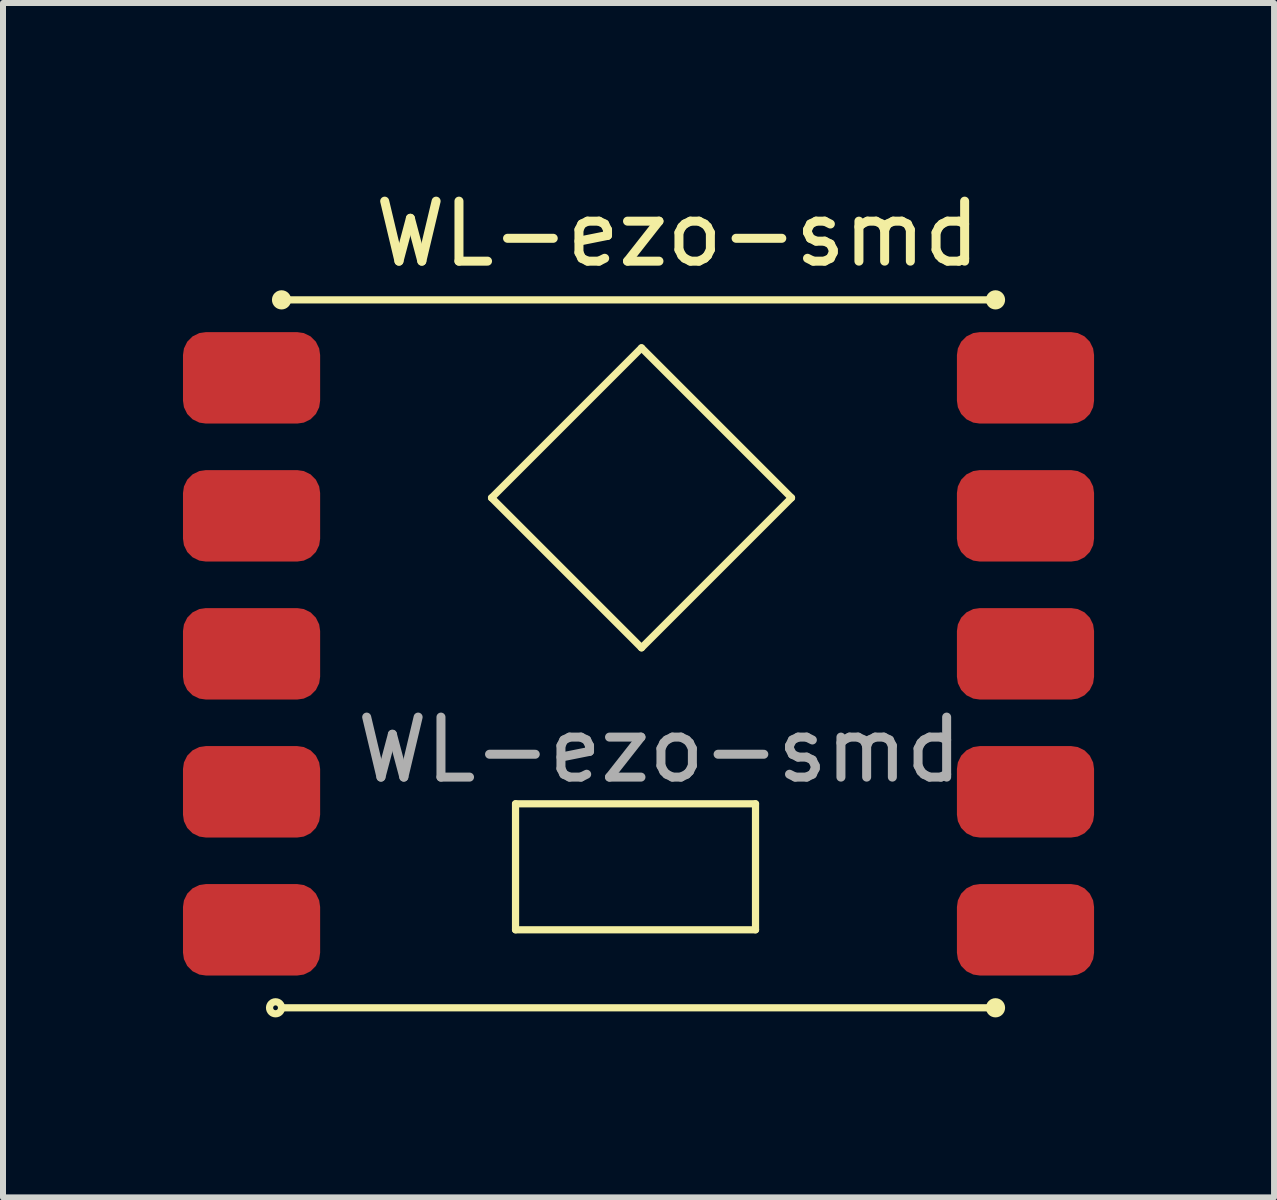
<source format=kicad_pcb>
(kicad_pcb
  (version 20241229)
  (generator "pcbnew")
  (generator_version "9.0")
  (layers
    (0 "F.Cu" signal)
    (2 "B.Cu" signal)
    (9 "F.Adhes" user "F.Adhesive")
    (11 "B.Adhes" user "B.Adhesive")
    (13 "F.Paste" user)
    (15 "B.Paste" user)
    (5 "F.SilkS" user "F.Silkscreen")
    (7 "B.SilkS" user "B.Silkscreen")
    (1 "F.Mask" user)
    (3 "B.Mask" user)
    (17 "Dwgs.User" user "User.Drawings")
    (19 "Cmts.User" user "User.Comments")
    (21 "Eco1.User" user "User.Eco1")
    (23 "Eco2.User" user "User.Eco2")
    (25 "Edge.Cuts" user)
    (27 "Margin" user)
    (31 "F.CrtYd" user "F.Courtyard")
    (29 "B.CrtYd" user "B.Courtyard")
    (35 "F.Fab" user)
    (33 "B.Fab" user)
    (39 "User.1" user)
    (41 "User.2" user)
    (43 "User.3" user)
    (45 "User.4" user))
  (footprint "WL-ezo-smd"
    (layer "F.Cu")
    (at 1.143 3.248)
    (property "Reference" "WL-ezo-smd" (at 7.1 -2.4 0) (unlocked yes) (layer "F.SilkS") (effects (font (size 1 1) (thickness 0.15))))
    (attr smd)
    (fp_line (start 0.5 -1.3) (end 12.4 -1.3) (stroke (width 0.12) (type solid)) (layer "F.SilkS"))
    (fp_line (start 0.5 10.5) (end 12.4 10.5) (stroke (width 0.12) (type solid)) (layer "F.SilkS"))
    (fp_line (start 4 2) (end 6.5 -0.5) (stroke (width 0.12) (type solid)) (layer "F.SilkS"))
    (fp_line (start 4.4 7.1) (end 8.4 7.1) (stroke (width 0.12) (type solid)) (layer "F.SilkS"))
    (fp_line (start 4.4 9.2) (end 4.4 7.1) (stroke (width 0.12) (type solid)) (layer "F.SilkS"))
    (fp_line (start 6.5 -0.5) (end 9 2) (stroke (width 0.12) (type solid)) (layer "F.SilkS"))
    (fp_line (start 6.5 4.5) (end 4 2) (stroke (width 0.12) (type solid)) (layer "F.SilkS"))
    (fp_line (start 8.4 7.1) (end 8.4 9.2) (stroke (width 0.12) (type solid)) (layer "F.SilkS"))
    (fp_line (start 8.4 9.2) (end 4.4 9.2) (stroke (width 0.12) (type solid)) (layer "F.SilkS"))
    (fp_line (start 9 2) (end 6.5 4.5) (stroke (width 0.12) (type solid)) (layer "F.SilkS"))
    (fp_circle (center 0.4 10.5) (end 0.3 10.5) (stroke (width 0.12) (type solid)) (fill no) (layer "F.SilkS"))
    (fp_circle (center 0.5 -1.3) (end 0.5 -1.4) (stroke (width 0.12) (type solid)) (fill no) (layer "F.SilkS"))
    (fp_circle (center 12.4 -1.3) (end 12.4 -1.4) (stroke (width 0.12) (type solid)) (fill no) (layer "F.SilkS"))
    (fp_circle (center 12.4 10.5) (end 12.5 10.5) (stroke (width 0.12) (type solid)) (fill no) (layer "F.SilkS"))
    (fp_text user "${REFERENCE}" (at 6.8 6.2 0) (unlocked yes) (layer "F.Fab") (effects (font (size 1 1) (thickness 0.15))))
    (pad "1" smd roundrect (at 0 0) (size 2.286 1.524) (layers "F.Cu" "F.Mask" "F.Paste") (roundrect_rratio 0.25))
    (pad "2" smd roundrect (at 0 2.3) (size 2.286 1.524) (layers "F.Cu" "F.Mask" "F.Paste") (roundrect_rratio 0.25))
    (pad "3" smd roundrect (at 0 4.6) (size 2.286 1.524) (layers "F.Cu" "F.Mask" "F.Paste") (roundrect_rratio 0.25))
    (pad "4" smd roundrect (at 0 6.9) (size 2.286 1.524) (layers "F.Cu" "F.Mask" "F.Paste") (roundrect_rratio 0.25))
    (pad "5" smd roundrect (at 0 9.2) (size 2.286 1.524) (layers "F.Cu" "F.Mask" "F.Paste") (roundrect_rratio 0.25))
    (pad "6" smd roundrect (at 12.9 0) (size 2.286 1.524) (layers "F.Cu" "F.Mask" "F.Paste") (roundrect_rratio 0.25))
    (pad "7" smd roundrect (at 12.9 2.3) (size 2.286 1.524) (layers "F.Cu" "F.Mask" "F.Paste") (roundrect_rratio 0.25))
    (pad "8" smd roundrect (at 12.9 4.6) (size 2.286 1.524) (layers "F.Cu" "F.Mask" "F.Paste") (roundrect_rratio 0.25))
    (pad "9" smd roundrect (at 12.9 6.9) (size 2.286 1.524) (layers "F.Cu" "F.Mask" "F.Paste") (roundrect_rratio 0.25))
    (pad "10" smd roundrect (at 12.9 9.2) (size 2.286 1.524) (layers "F.Cu" "F.Mask" "F.Paste") (roundrect_rratio 0.25)))
  (gr_rect
    (start -3 -3)
    (end 18.186 16.908)
    (stroke (width 0.1) (type default))
    (fill no)
    (layer "Edge.Cuts")))
</source>
